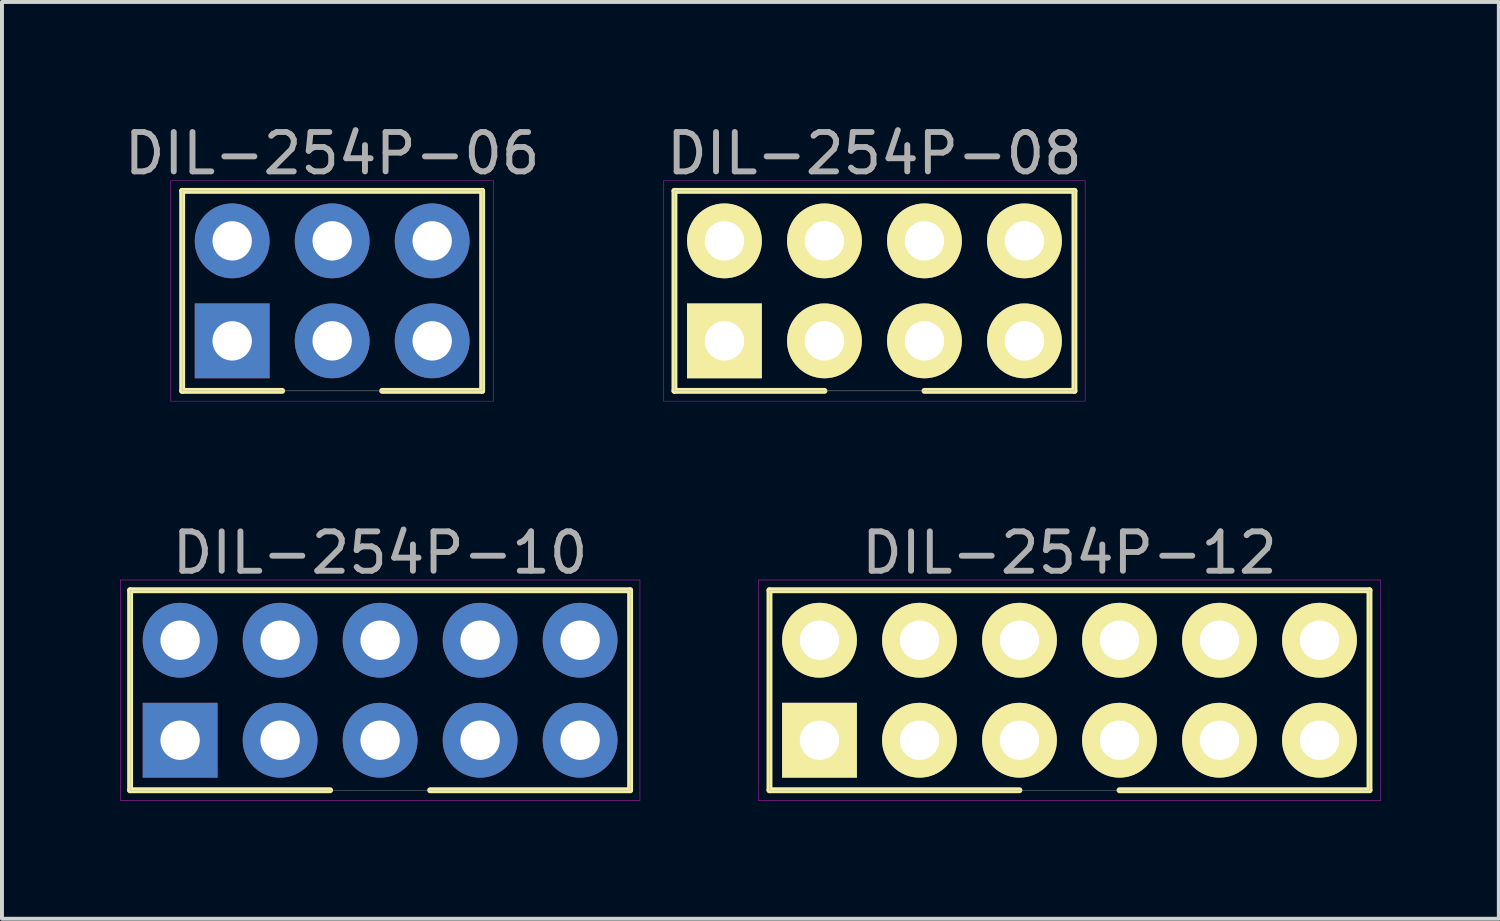
<source format=kicad_pcb>
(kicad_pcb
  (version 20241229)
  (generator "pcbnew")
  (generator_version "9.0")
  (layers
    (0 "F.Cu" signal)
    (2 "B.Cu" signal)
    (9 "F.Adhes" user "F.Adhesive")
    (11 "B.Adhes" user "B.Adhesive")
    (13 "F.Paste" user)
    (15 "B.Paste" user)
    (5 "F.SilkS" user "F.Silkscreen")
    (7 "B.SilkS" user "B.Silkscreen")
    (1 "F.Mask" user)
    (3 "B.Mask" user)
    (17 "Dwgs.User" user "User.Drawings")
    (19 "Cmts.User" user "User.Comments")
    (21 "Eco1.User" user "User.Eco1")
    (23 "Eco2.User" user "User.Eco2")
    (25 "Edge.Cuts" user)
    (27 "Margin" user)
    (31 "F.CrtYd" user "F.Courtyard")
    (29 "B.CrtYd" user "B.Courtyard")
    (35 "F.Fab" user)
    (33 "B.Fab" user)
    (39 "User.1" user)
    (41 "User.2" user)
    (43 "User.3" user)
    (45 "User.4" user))
  (footprint "DIL-254P-06"
    (layer "F.Cu")
    (at 5.387 4.338)
    (property "Reference" "DIL-254P-06" (at 0 -3.49 0) (layer "F.Fab") (effects (font (size 1 1) (thickness 0.15))))
    (attr through_hole)
    (fp_line (start -3.81 -2.54) (end 3.81 -2.54) (stroke (width 0.15) (type solid)) (layer "F.SilkS"))
    (fp_line (start -3.81 2.54) (end -3.81 -2.54) (stroke (width 0.15) (type solid)) (layer "F.SilkS"))
    (fp_line (start -1.27 2.54) (end -3.81 2.54) (stroke (width 0.15) (type solid)) (layer "F.SilkS"))
    (fp_line (start 3.81 -2.54) (end 3.81 2.54) (stroke (width 0.15) (type solid)) (layer "F.SilkS"))
    (fp_line (start 3.81 2.54) (end 1.27 2.54) (stroke (width 0.15) (type solid)) (layer "F.SilkS"))
    (fp_line (start -4.1 -2.8) (end 4.1 -2.8) (stroke (width 0.01) (type solid)) (layer "F.CrtYd"))
    (fp_line (start -4.1 2.8) (end -4.1 -2.8) (stroke (width 0.01) (type solid)) (layer "F.CrtYd"))
    (fp_line (start 4.1 -2.8) (end 4.1 2.8) (stroke (width 0.01) (type solid)) (layer "F.CrtYd"))
    (fp_line (start 4.1 2.8) (end -4.1 2.8) (stroke (width 0.01) (type solid)) (layer "F.CrtYd"))
    (fp_line (start -3.81 -2.54) (end 3.81 -2.54) (stroke (width 0.01) (type solid)) (layer "F.Fab"))
    (fp_line (start -3.81 2.54) (end -3.81 -2.54) (stroke (width 0.01) (type solid)) (layer "F.Fab"))
    (fp_line (start 3.81 -2.54) (end 3.81 2.54) (stroke (width 0.01) (type solid)) (layer "F.Fab"))
    (fp_line (start 3.81 2.54) (end -3.81 2.54) (stroke (width 0.01) (type solid)) (layer "F.Fab"))
    (pad "1" thru_hole rect (at -2.54 1.27) (size 1.9 1.9) (drill 1) (layers "F.Cu" "F.Mask" "F.Paste"))
    (pad "2" thru_hole circle (at -2.54 -1.27) (size 1.9 1.9) (drill 1) (layers "F.Cu" "F.Mask" "F.Paste"))
    (pad "3" thru_hole circle (at 0 1.27) (size 1.9 1.9) (drill 1) (layers "F.Cu" "F.Mask" "F.Paste"))
    (pad "4" thru_hole circle (at 0 -1.27) (size 1.9 1.9) (drill 1) (layers "F.Cu" "F.Mask" "F.Paste"))
    (pad "5" thru_hole circle (at 2.54 1.27) (size 1.9 1.9) (drill 1) (layers "F.Cu" "F.Mask" "F.Paste"))
    (pad "6" thru_hole circle (at 2.54 -1.27) (size 1.9 1.9) (drill 1) (layers "F.Cu" "F.Mask" "F.Paste")))
  (footprint "DIL-254P-10"
    (layer "F.Cu")
    (at 6.605 14.482)
    (property "Reference" "DIL-254P-10" (at 0 -3.49 0) (layer "F.Fab") (effects (font (size 1 1) (thickness 0.15))))
    (attr through_hole)
    (fp_line (start -6.35 -2.54) (end 6.35 -2.54) (stroke (width 0.15) (type solid)) (layer "F.SilkS"))
    (fp_line (start -6.35 2.54) (end -6.35 -2.54) (stroke (width 0.15) (type solid)) (layer "F.SilkS"))
    (fp_line (start -1.27 2.54) (end -6.35 2.54) (stroke (width 0.15) (type solid)) (layer "F.SilkS"))
    (fp_line (start 6.35 -2.54) (end 6.35 2.54) (stroke (width 0.15) (type solid)) (layer "F.SilkS"))
    (fp_line (start 6.35 2.54) (end 1.27 2.54) (stroke (width 0.15) (type solid)) (layer "F.SilkS"))
    (fp_line (start -6.6 -2.8) (end 6.6 -2.8) (stroke (width 0.01) (type solid)) (layer "F.CrtYd"))
    (fp_line (start -6.6 2.8) (end -6.6 -2.8) (stroke (width 0.01) (type solid)) (layer "F.CrtYd"))
    (fp_line (start 6.6 -2.8) (end 6.6 2.8) (stroke (width 0.01) (type solid)) (layer "F.CrtYd"))
    (fp_line (start 6.6 2.8) (end -6.6 2.8) (stroke (width 0.01) (type solid)) (layer "F.CrtYd"))
    (fp_line (start -6.35 -2.54) (end 6.35 -2.54) (stroke (width 0.01) (type solid)) (layer "F.Fab"))
    (fp_line (start -6.35 2.54) (end -6.35 -2.54) (stroke (width 0.01) (type solid)) (layer "F.Fab"))
    (fp_line (start 6.35 -2.54) (end 6.35 2.54) (stroke (width 0.01) (type solid)) (layer "F.Fab"))
    (fp_line (start 6.35 2.54) (end -6.35 2.54) (stroke (width 0.01) (type solid)) (layer "F.Fab"))
    (pad "1" thru_hole rect (at -5.08 1.27) (size 1.9 1.9) (drill 1) (layers "F.Cu" "F.Mask" "F.Paste"))
    (pad "2" thru_hole circle (at -5.08 -1.27) (size 1.9 1.9) (drill 1) (layers "F.Cu" "F.Mask" "F.Paste"))
    (pad "3" thru_hole circle (at -2.54 1.27) (size 1.9 1.9) (drill 1) (layers "F.Cu" "F.Mask" "F.Paste"))
    (pad "4" thru_hole circle (at -2.54 -1.27) (size 1.9 1.9) (drill 1) (layers "F.Cu" "F.Mask" "F.Paste"))
    (pad "5" thru_hole circle (at 0 1.27) (size 1.9 1.9) (drill 1) (layers "F.Cu" "F.Mask" "F.Paste"))
    (pad "6" thru_hole circle (at 0 -1.27) (size 1.9 1.9) (drill 1) (layers "F.Cu" "F.Mask" "F.Paste"))
    (pad "7" thru_hole circle (at 2.54 1.27) (size 1.9 1.9) (drill 1) (layers "F.Cu" "F.Mask" "F.Paste"))
    (pad "8" thru_hole circle (at 2.54 -1.27) (size 1.9 1.9) (drill 1) (layers "F.Cu" "F.Mask" "F.Paste"))
    (pad "9" thru_hole circle (at 5.08 1.27) (size 1.9 1.9) (drill 1) (layers "F.Cu" "F.Mask" "F.Paste"))
    (pad "10" thru_hole circle (at 5.08 -1.27) (size 1.9 1.9) (drill 1) (layers "F.Cu" "F.Mask" "F.Paste")))
  (footprint "DIL-254P-12"
    (layer "F.Cu")
    (at 24.115 14.482)
    (property "Reference" "DIL-254P-12" (at 0 -3.49 0) (layer "F.Fab") (effects (font (size 1 1) (thickness 0.15))))
    (attr through_hole)
    (fp_line (start -7.62 -2.54) (end 7.62 -2.54) (stroke (width 0.15) (type solid)) (layer "F.SilkS"))
    (fp_line (start -7.62 2.54) (end -7.62 -2.54) (stroke (width 0.15) (type solid)) (layer "F.SilkS"))
    (fp_line (start -1.27 2.54) (end -7.62 2.54) (stroke (width 0.15) (type solid)) (layer "F.SilkS"))
    (fp_line (start 7.62 -2.54) (end 7.62 2.54) (stroke (width 0.15) (type solid)) (layer "F.SilkS"))
    (fp_line (start 7.62 2.54) (end 1.27 2.54) (stroke (width 0.15) (type solid)) (layer "F.SilkS"))
    (fp_line (start -7.9 -2.8) (end 7.9 -2.8) (stroke (width 0.01) (type solid)) (layer "F.CrtYd"))
    (fp_line (start -7.9 2.8) (end -7.9 -2.8) (stroke (width 0.01) (type solid)) (layer "F.CrtYd"))
    (fp_line (start 7.9 -2.8) (end 7.9 2.8) (stroke (width 0.01) (type solid)) (layer "F.CrtYd"))
    (fp_line (start 7.9 2.8) (end -7.9 2.8) (stroke (width 0.01) (type solid)) (layer "F.CrtYd"))
    (fp_line (start -7.62 -2.54) (end 7.62 -2.54) (stroke (width 0.01) (type solid)) (layer "F.Fab"))
    (fp_line (start -7.62 2.54) (end -7.62 -2.54) (stroke (width 0.01) (type solid)) (layer "F.Fab"))
    (fp_line (start 7.62 -2.54) (end 7.62 2.54) (stroke (width 0.01) (type solid)) (layer "F.Fab"))
    (fp_line (start 7.62 2.54) (end -7.62 2.54) (stroke (width 0.01) (type solid)) (layer "F.Fab"))
    (pad "1" thru_hole rect (at -6.35 1.27) (size 1.9 1.9) (drill 1) (layers "*.Cu" "*.Mask" "F.SilkS"))
    (pad "2" thru_hole circle (at -6.35 -1.27) (size 1.9 1.9) (drill 1) (layers "*.Cu" "*.Mask" "F.SilkS"))
    (pad "3" thru_hole circle (at -3.81 1.27) (size 1.9 1.9) (drill 1) (layers "*.Cu" "*.Mask" "F.SilkS"))
    (pad "4" thru_hole circle (at -3.81 -1.27) (size 1.9 1.9) (drill 1) (layers "*.Cu" "*.Mask" "F.SilkS"))
    (pad "5" thru_hole circle (at -1.27 1.27) (size 1.9 1.9) (drill 1) (layers "*.Cu" "*.Mask" "F.SilkS"))
    (pad "6" thru_hole circle (at -1.27 -1.27) (size 1.9 1.9) (drill 1) (layers "*.Cu" "*.Mask" "F.SilkS"))
    (pad "7" thru_hole circle (at 1.27 1.27) (size 1.9 1.9) (drill 1) (layers "*.Cu" "*.Mask" "F.SilkS"))
    (pad "8" thru_hole circle (at 1.27 -1.27) (size 1.9 1.9) (drill 1) (layers "*.Cu" "*.Mask" "F.SilkS"))
    (pad "9" thru_hole circle (at 3.81 1.27) (size 1.9 1.9) (drill 1) (layers "*.Cu" "*.Mask" "F.SilkS"))
    (pad "10" thru_hole circle (at 3.81 -1.27) (size 1.9 1.9) (drill 1) (layers "*.Cu" "*.Mask" "F.SilkS"))
    (pad "11" thru_hole circle (at 6.35 1.27) (size 1.9 1.9) (drill 1) (layers "*.Cu" "*.Mask" "F.SilkS"))
    (pad "12" thru_hole circle (at 6.35 -1.27) (size 1.9 1.9) (drill 1) (layers "*.Cu" "*.Mask" "F.SilkS")))
  (footprint "DIL-254P-08"
    (layer "F.Cu")
    (at 19.161 4.338)
    (property "Reference" "DIL-254P-08" (at 0 -3.49 0) (layer "F.Fab") (effects (font (size 1 1) (thickness 0.15))))
    (attr through_hole)
    (fp_line (start -5.08 -2.54) (end 5.08 -2.54) (stroke (width 0.15) (type solid)) (layer "F.SilkS"))
    (fp_line (start -5.08 2.54) (end -5.08 -2.54) (stroke (width 0.15) (type solid)) (layer "F.SilkS"))
    (fp_line (start -1.27 2.54) (end -5.08 2.54) (stroke (width 0.15) (type solid)) (layer "F.SilkS"))
    (fp_line (start 5.08 -2.54) (end 5.08 2.54) (stroke (width 0.15) (type solid)) (layer "F.SilkS"))
    (fp_line (start 5.08 2.54) (end 1.27 2.54) (stroke (width 0.15) (type solid)) (layer "F.SilkS"))
    (fp_line (start -5.35 -2.8) (end 5.35 -2.8) (stroke (width 0.01) (type solid)) (layer "F.CrtYd"))
    (fp_line (start -5.35 2.8) (end -5.35 -2.8) (stroke (width 0.01) (type solid)) (layer "F.CrtYd"))
    (fp_line (start 5.35 -2.8) (end 5.35 2.8) (stroke (width 0.01) (type solid)) (layer "F.CrtYd"))
    (fp_line (start 5.35 2.8) (end -5.35 2.8) (stroke (width 0.01) (type solid)) (layer "F.CrtYd"))
    (fp_line (start -5.08 -2.54) (end 5.08 -2.54) (stroke (width 0.01) (type solid)) (layer "F.Fab"))
    (fp_line (start -5.08 2.54) (end -5.08 -2.54) (stroke (width 0.01) (type solid)) (layer "F.Fab"))
    (fp_line (start 5.08 -2.54) (end 5.08 2.54) (stroke (width 0.01) (type solid)) (layer "F.Fab"))
    (fp_line (start 5.08 2.54) (end -5.08 2.54) (stroke (width 0.01) (type solid)) (layer "F.Fab"))
    (pad "1" thru_hole rect (at -3.81 1.27) (size 1.9 1.9) (drill 1) (layers "*.Cu" "*.Mask" "F.SilkS"))
    (pad "2" thru_hole circle (at -3.81 -1.27) (size 1.9 1.9) (drill 1) (layers "*.Cu" "*.Mask" "F.SilkS"))
    (pad "3" thru_hole circle (at -1.27 1.27) (size 1.9 1.9) (drill 1) (layers "*.Cu" "*.Mask" "F.SilkS"))
    (pad "4" thru_hole circle (at -1.27 -1.27) (size 1.9 1.9) (drill 1) (layers "*.Cu" "*.Mask" "F.SilkS"))
    (pad "5" thru_hole circle (at 1.27 1.27) (size 1.9 1.9) (drill 1) (layers "*.Cu" "*.Mask" "F.SilkS"))
    (pad "6" thru_hole circle (at 1.27 -1.27) (size 1.9 1.9) (drill 1) (layers "*.Cu" "*.Mask" "F.SilkS"))
    (pad "7" thru_hole circle (at 3.81 1.27) (size 1.9 1.9) (drill 1) (layers "*.Cu" "*.Mask" "F.SilkS"))
    (pad "8" thru_hole circle (at 3.81 -1.27) (size 1.9 1.9) (drill 1) (layers "*.Cu" "*.Mask" "F.SilkS")))
  (gr_rect
    (start -3 -3)
    (end 35.02 20.287)
    (stroke (width 0.1) (type default))
    (fill no)
    (layer "Edge.Cuts")))
</source>
